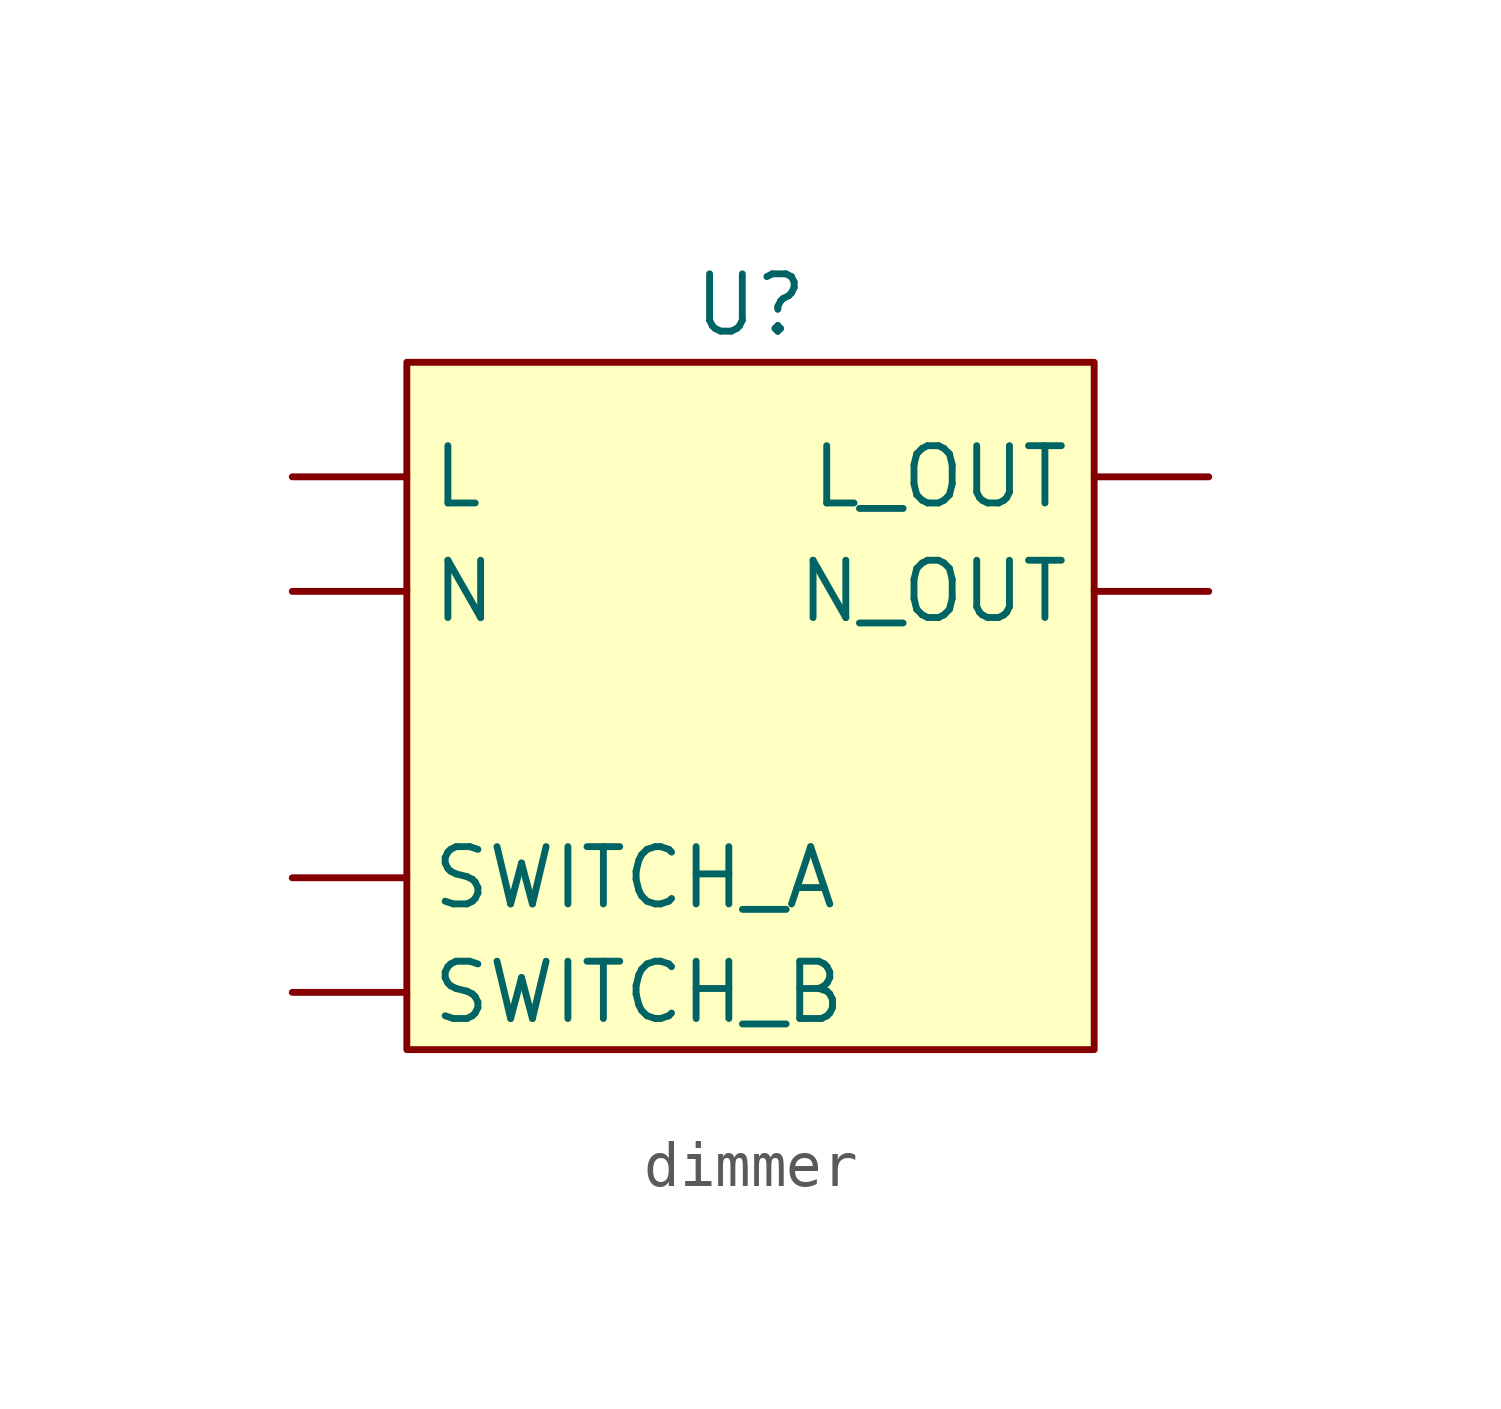
<source format=kicad_sym>
(kicad_symbol_lib
  (version 20220914)
  (generator kicad_symbol_editor)
  (symbol "dimmer"
    (property "Reference" "U"
      (at 0 8.89 0)
      (effects (font (size 1.27 1.27))))
    (property "Value" ""
      (at -2.54 5.08 0)
      (effects (font (size 1.27 1.27))))
    (symbol "dimmer_1_1"
      (rectangle (start -7.62 7.62) (end 7.62 -7.62) (stroke (width 0) (type default)) (fill (type background)))
      (pin power_in line (at -10.16 5.08 0) (length 2.54) (name "L" (effects (font (size 1.27 1.27)))) (number "" (effects (font (size 1.27 1.27)))))
      (pin power_out line (at 10.16 5.08 180) (length 2.54) (name "L_OUT" (effects (font (size 1.27 1.27)))) (number "" (effects (font (size 1.27 1.27)))))
      (pin power_in line (at -10.16 2.54 0) (length 2.54) (name "N" (effects (font (size 1.27 1.27)))) (number "" (effects (font (size 1.27 1.27)))))
      (pin power_out line (at 10.16 2.54 180) (length 2.54) (name "N_OUT" (effects (font (size 1.27 1.27)))) (number "" (effects (font (size 1.27 1.27)))))
      (pin power_out line (at -10.16 -3.81 0) (length 2.54) (name "SWITCH_A" (effects (font (size 1.27 1.27)))) (number "" (effects (font (size 1.27 1.27)))))
      (pin power_out line (at -10.16 -6.35 0) (length 2.54) (name "SWITCH_B" (effects (font (size 1.27 1.27)))) (number "" (effects (font (size 1.27 1.27))))))))
</source>
